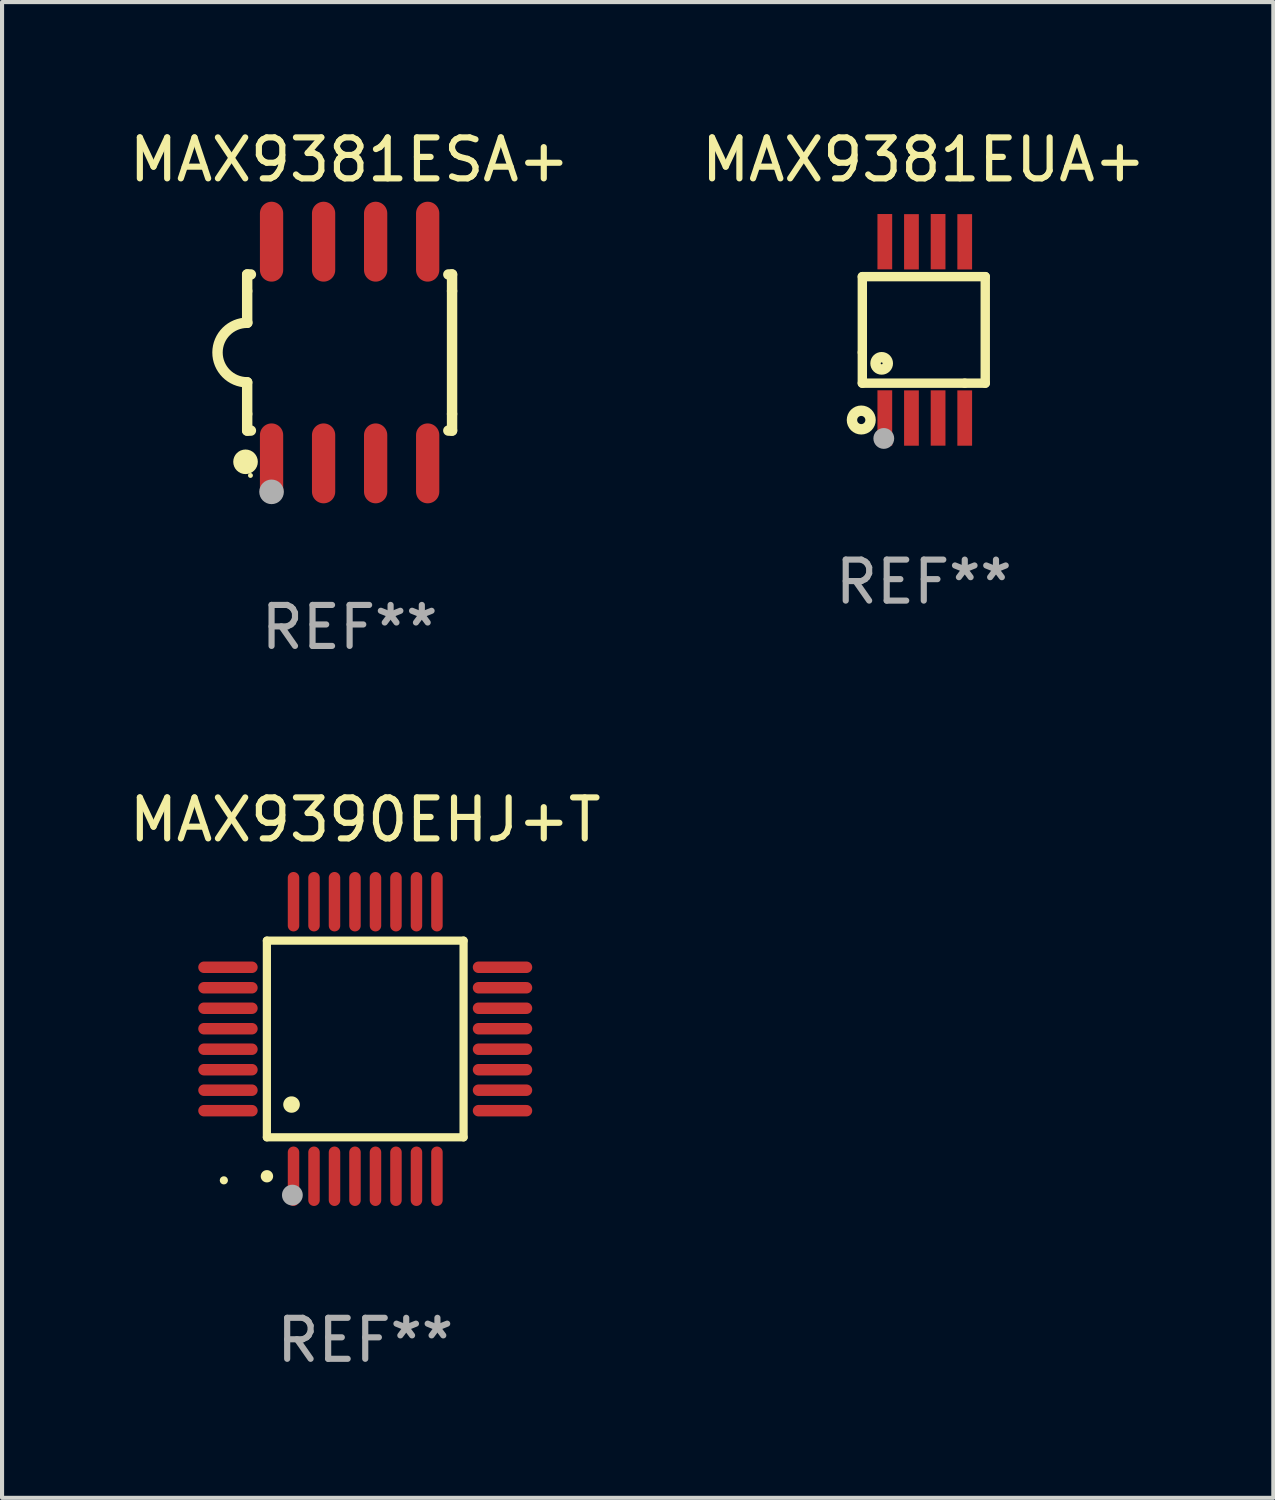
<source format=kicad_pcb>
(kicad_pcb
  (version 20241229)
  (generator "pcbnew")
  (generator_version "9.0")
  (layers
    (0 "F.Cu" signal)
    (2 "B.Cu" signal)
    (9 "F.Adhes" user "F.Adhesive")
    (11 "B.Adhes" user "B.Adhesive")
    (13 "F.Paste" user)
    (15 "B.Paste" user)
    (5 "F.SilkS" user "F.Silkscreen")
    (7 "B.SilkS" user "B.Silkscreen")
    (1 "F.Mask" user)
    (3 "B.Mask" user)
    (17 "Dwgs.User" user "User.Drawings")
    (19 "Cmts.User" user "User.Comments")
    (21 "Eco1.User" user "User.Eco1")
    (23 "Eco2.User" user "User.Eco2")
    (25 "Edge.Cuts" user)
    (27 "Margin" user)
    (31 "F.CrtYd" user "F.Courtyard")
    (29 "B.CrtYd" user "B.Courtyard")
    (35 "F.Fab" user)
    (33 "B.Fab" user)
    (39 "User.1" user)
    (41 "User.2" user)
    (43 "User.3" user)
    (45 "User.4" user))
  (footprint "MAX9390EHJ+T"
    (layer "F.Cu")
    (at 5.863 22.305)
    (property "Reference" "MAX9390EHJ+T" (at 0 -5.35 0) (layer "F.SilkS") (effects (font (size 1 1) (thickness 0.15))))
    (attr through_hole)
    (fp_line (start -2.4 -2.4) (end -2.4 2.4) (stroke (width 0.2) (type solid)) (layer "F.SilkS"))
    (fp_line (start -2.4 2.4) (end 2.4 2.4) (stroke (width 0.2) (type solid)) (layer "F.SilkS"))
    (fp_line (start 2.4 -2.4) (end -2.4 -2.4) (stroke (width 0.2) (type solid)) (layer "F.SilkS"))
    (fp_line (start 2.4 2.4) (end 2.4 -2.4) (stroke (width 0.2) (type solid)) (layer "F.SilkS"))
    (fp_arc (start -2.400305 3.350267) (mid -2.399035 3.350262) (end -2.397765 3.350267) (stroke (width 0.3) (type solid)) (layer "F.SilkS"))
    (fp_arc (start -1.800864 1.600203) (mid -1.798324 1.600187) (end -1.795784 1.600203) (stroke (width 0.4) (type solid)) (layer "F.SilkS"))
    (fp_circle (center -3.45 3.45) (end -3.4 3.45) (stroke (width 0.1) (type solid)) (fill no) (layer "F.SilkS"))
    (fp_circle (center -1.778 3.81) (end -1.651 3.81) (stroke (width 0.254) (type solid)) (fill no) (layer "F.Fab"))
    (fp_text user "REF**" (at 0 7.35 0) (layer "F.Fab") (effects (font (size 1 1) (thickness 0.15))))
    (pad "1" smd oval (at -1.75 3.35) (size 0.28 1.45) (layers "F.Cu" "F.Mask" "F.Paste"))
    (pad "2" smd oval (at -1.25 3.35) (size 0.28 1.45) (layers "F.Cu" "F.Mask" "F.Paste"))
    (pad "3" smd oval (at -0.75 3.35) (size 0.28 1.45) (layers "F.Cu" "F.Mask" "F.Paste"))
    (pad "4" smd oval (at -0.25 3.35) (size 0.28 1.45) (layers "F.Cu" "F.Mask" "F.Paste"))
    (pad "5" smd oval (at 0.25 3.35) (size 0.28 1.45) (layers "F.Cu" "F.Mask" "F.Paste"))
    (pad "6" smd oval (at 0.75 3.35) (size 0.28 1.45) (layers "F.Cu" "F.Mask" "F.Paste"))
    (pad "7" smd oval (at 1.25 3.35) (size 0.28 1.45) (layers "F.Cu" "F.Mask" "F.Paste"))
    (pad "8" smd oval (at 1.75 3.35) (size 0.28 1.45) (layers "F.Cu" "F.Mask" "F.Paste"))
    (pad "9" smd oval (at 3.35 1.75) (size 1.45 0.28) (layers "F.Cu" "F.Mask" "F.Paste"))
    (pad "10" smd oval (at 3.35 1.25) (size 1.45 0.28) (layers "F.Cu" "F.Mask" "F.Paste"))
    (pad "11" smd oval (at 3.35 0.75) (size 1.45 0.28) (layers "F.Cu" "F.Mask" "F.Paste"))
    (pad "12" smd oval (at 3.35 0.25) (size 1.45 0.28) (layers "F.Cu" "F.Mask" "F.Paste"))
    (pad "13" smd oval (at 3.35 -0.25) (size 1.45 0.28) (layers "F.Cu" "F.Mask" "F.Paste"))
    (pad "14" smd oval (at 3.35 -0.75) (size 1.45 0.28) (layers "F.Cu" "F.Mask" "F.Paste"))
    (pad "15" smd oval (at 3.35 -1.25) (size 1.45 0.28) (layers "F.Cu" "F.Mask" "F.Paste"))
    (pad "16" smd oval (at 3.35 -1.75) (size 1.45 0.28) (layers "F.Cu" "F.Mask" "F.Paste"))
    (pad "17" smd oval (at 1.75 -3.35) (size 0.28 1.45) (layers "F.Cu" "F.Mask" "F.Paste"))
    (pad "18" smd oval (at 1.25 -3.35) (size 0.28 1.45) (layers "F.Cu" "F.Mask" "F.Paste"))
    (pad "19" smd oval (at 0.75 -3.35) (size 0.28 1.45) (layers "F.Cu" "F.Mask" "F.Paste"))
    (pad "20" smd oval (at 0.25 -3.35) (size 0.28 1.45) (layers "F.Cu" "F.Mask" "F.Paste"))
    (pad "21" smd oval (at -0.25 -3.35) (size 0.28 1.45) (layers "F.Cu" "F.Mask" "F.Paste"))
    (pad "22" smd oval (at -0.75 -3.35) (size 0.28 1.45) (layers "F.Cu" "F.Mask" "F.Paste"))
    (pad "23" smd oval (at -1.25 -3.35) (size 0.28 1.45) (layers "F.Cu" "F.Mask" "F.Paste"))
    (pad "24" smd oval (at -1.75 -3.35) (size 0.28 1.45) (layers "F.Cu" "F.Mask" "F.Paste"))
    (pad "25" smd oval (at -3.35 -1.75) (size 1.45 0.28) (layers "F.Cu" "F.Mask" "F.Paste"))
    (pad "26" smd oval (at -3.35 -1.25) (size 1.45 0.28) (layers "F.Cu" "F.Mask" "F.Paste"))
    (pad "27" smd oval (at -3.35 -0.75) (size 1.45 0.28) (layers "F.Cu" "F.Mask" "F.Paste"))
    (pad "28" smd oval (at -3.35 -0.25) (size 1.45 0.28) (layers "F.Cu" "F.Mask" "F.Paste"))
    (pad "29" smd oval (at -3.35 0.25) (size 1.45 0.28) (layers "F.Cu" "F.Mask" "F.Paste"))
    (pad "30" smd oval (at -3.35 0.75) (size 1.45 0.28) (layers "F.Cu" "F.Mask" "F.Paste"))
    (pad "31" smd oval (at -3.35 1.25) (size 1.45 0.28) (layers "F.Cu" "F.Mask" "F.Paste"))
    (pad "32" smd oval (at -3.35 1.75) (size 1.45 0.28) (layers "F.Cu" "F.Mask" "F.Paste")))
  (footprint "MAX9381EUA+"
    (layer "F.Cu")
    (at 19.494 5)
    (property "Reference" "MAX9381EUA+" (at 0 -4.152 0) (layer "F.SilkS") (effects (font (size 1 1) (thickness 0.15))))
    (attr through_hole)
    (fp_line (start -1.5 1.301) (end 1 1.301) (stroke (width 0.229) (type solid)) (layer "F.SilkS"))
    (fp_line (start -1.5 -1.299) (end -1.5 0.551) (stroke (width 0.229) (type solid)) (layer "F.SilkS"))
    (fp_line (start -1.5 0.551) (end -1.5 1.301) (stroke (width 0.229) (type solid)) (layer "F.SilkS"))
    (fp_line (start 1 1.301) (end 1.5 1.301) (stroke (width 0.229) (type solid)) (layer "F.SilkS"))
    (fp_line (start 1.5 1.301) (end 1.5 -1.299) (stroke (width 0.229) (type solid)) (layer "F.SilkS"))
    (fp_line (start 1.5 -1.299) (end -1.5 -1.299) (stroke (width 0.229) (type solid)) (layer "F.SilkS"))
    (fp_circle (center -1.526 2.2) (end -1.426 2.2) (stroke (width 0.254) (type solid)) (fill no) (layer "F.SilkS"))
    (fp_circle (center -1.476 2.45) (end -1.446 2.45) (stroke (width 0.06) (type solid)) (fill no) (layer "F.SilkS"))
    (fp_circle (center -1.028 0.817) (end -0.878 0.817) (stroke (width 0.254) (type solid)) (fill no) (layer "F.SilkS"))
    (fp_circle (center -0.976 2.65) (end -0.849 2.65) (stroke (width 0.254) (type solid)) (fill no) (layer "F.Fab"))
    (fp_text user "REF**" (at 0 6.152 0) (layer "F.Fab") (effects (font (size 1 1) (thickness 0.15))))
    (pad "1" smd rect (at -0.951 2.15) (size 0.36 1.35) (layers "F.Cu" "F.Mask" "F.Paste"))
    (pad "2" smd rect (at -0.301 2.152) (size 0.36 1.35) (layers "F.Cu" "F.Mask" "F.Paste"))
    (pad "3" smd rect (at 0.349 2.151) (size 0.36 1.35) (layers "F.Cu" "F.Mask" "F.Paste"))
    (pad "4" smd rect (at 0.999 2.152) (size 0.36 1.35) (layers "F.Cu" "F.Mask" "F.Paste"))
    (pad "5" smd rect (at 0.999 -2.149) (size 0.36 1.35) (layers "F.Cu" "F.Mask" "F.Paste"))
    (pad "6" smd rect (at 0.349 -2.152) (size 0.36 1.35) (layers "F.Cu" "F.Mask" "F.Paste"))
    (pad "7" smd rect (at -0.301 -2.149) (size 0.36 1.35) (layers "F.Cu" "F.Mask" "F.Paste"))
    (pad "8" smd rect (at -0.951 -2.152) (size 0.36 1.35) (layers "F.Cu" "F.Mask" "F.Paste")))
  (footprint "MAX9381ESA+"
    (layer "F.Cu")
    (at 5.482 5.553)
    (property "Reference" "MAX9381ESA+" (at 0 -4.705 0) (layer "F.SilkS") (effects (font (size 1 1) (thickness 0.15))))
    (attr through_hole)
    (fp_line (start -2.5 -1.905) (end -2.409 -1.905) (stroke (width 0.254) (type solid)) (layer "F.SilkS"))
    (fp_line (start -2.5 -1.5) (end -2.5 -1.905) (stroke (width 0.254) (type solid)) (layer "F.SilkS"))
    (fp_line (start -2.5 -1.5) (end -2.5 -0.726) (stroke (width 0.254) (type solid)) (layer "F.SilkS"))
    (fp_line (start -2.5 1.5) (end -2.5 0.727) (stroke (width 0.254) (type solid)) (layer "F.SilkS"))
    (fp_line (start -2.5 1.5) (end -2.5 1.905) (stroke (width 0.254) (type solid)) (layer "F.SilkS"))
    (fp_line (start -2.5 1.905) (end -2.409 1.905) (stroke (width 0.254) (type solid)) (layer "F.SilkS"))
    (fp_line (start 2.5 -1.905) (end 2.409 -1.905) (stroke (width 0.254) (type solid)) (layer "F.SilkS"))
    (fp_line (start 2.5 -1.5) (end 2.5 -1.905) (stroke (width 0.254) (type solid)) (layer "F.SilkS"))
    (fp_line (start 2.5 -1.5) (end 2.5 1.5) (stroke (width 0.254) (type solid)) (layer "F.SilkS"))
    (fp_line (start 2.5 1.5) (end 2.5 1.905) (stroke (width 0.254) (type solid)) (layer "F.SilkS"))
    (fp_line (start 2.5 1.905) (end 2.409 1.905) (stroke (width 0.254) (type solid)) (layer "F.SilkS"))
    (fp_arc (start -2.5 0.726568) (mid -3.220316 -0.0023) (end -2.495097 -0.726289) (stroke (width 0.254001) (type solid)) (layer "F.SilkS"))
    (fp_circle (center -2.54 2.667) (end -2.39 2.667) (stroke (width 0.3) (type solid)) (fill no) (layer "F.SilkS"))
    (fp_circle (center -2.42 3) (end -2.39 3) (stroke (width 0.06) (type solid)) (fill no) (layer "F.SilkS"))
    (fp_circle (center -1.905 3.4) (end -1.755 3.4) (stroke (width 0.3) (type solid)) (fill no) (layer "F.Fab"))
    (fp_text user "REF**" (at 0 6.705 0) (layer "F.Fab") (effects (font (size 1 1) (thickness 0.15))))
    (pad "1" smd oval (at -1.905 2.705) (size 0.568 1.95) (layers "F.Cu" "F.Mask" "F.Paste"))
    (pad "2" smd oval (at -0.635 2.705) (size 0.568 1.95) (layers "F.Cu" "F.Mask" "F.Paste"))
    (pad "3" smd oval (at 0.635 2.705) (size 0.568 1.95) (layers "F.Cu" "F.Mask" "F.Paste"))
    (pad "4" smd oval (at 1.905 2.705) (size 0.568 1.95) (layers "F.Cu" "F.Mask" "F.Paste"))
    (pad "5" smd oval (at 1.905 -2.705) (size 0.568 1.95) (layers "F.Cu" "F.Mask" "F.Paste"))
    (pad "6" smd oval (at 0.635 -2.705) (size 0.568 1.95) (layers "F.Cu" "F.Mask" "F.Paste"))
    (pad "7" smd oval (at -0.635 -2.705) (size 0.568 1.95) (layers "F.Cu" "F.Mask" "F.Paste"))
    (pad "8" smd oval (at -1.905 -2.705) (size 0.568 1.95) (layers "F.Cu" "F.Mask" "F.Paste")))
  (gr_rect
    (start -3 -3)
    (end 28.024 33.503)
    (stroke (width 0.1) (type default))
    (fill no)
    (layer "Edge.Cuts")))
</source>
